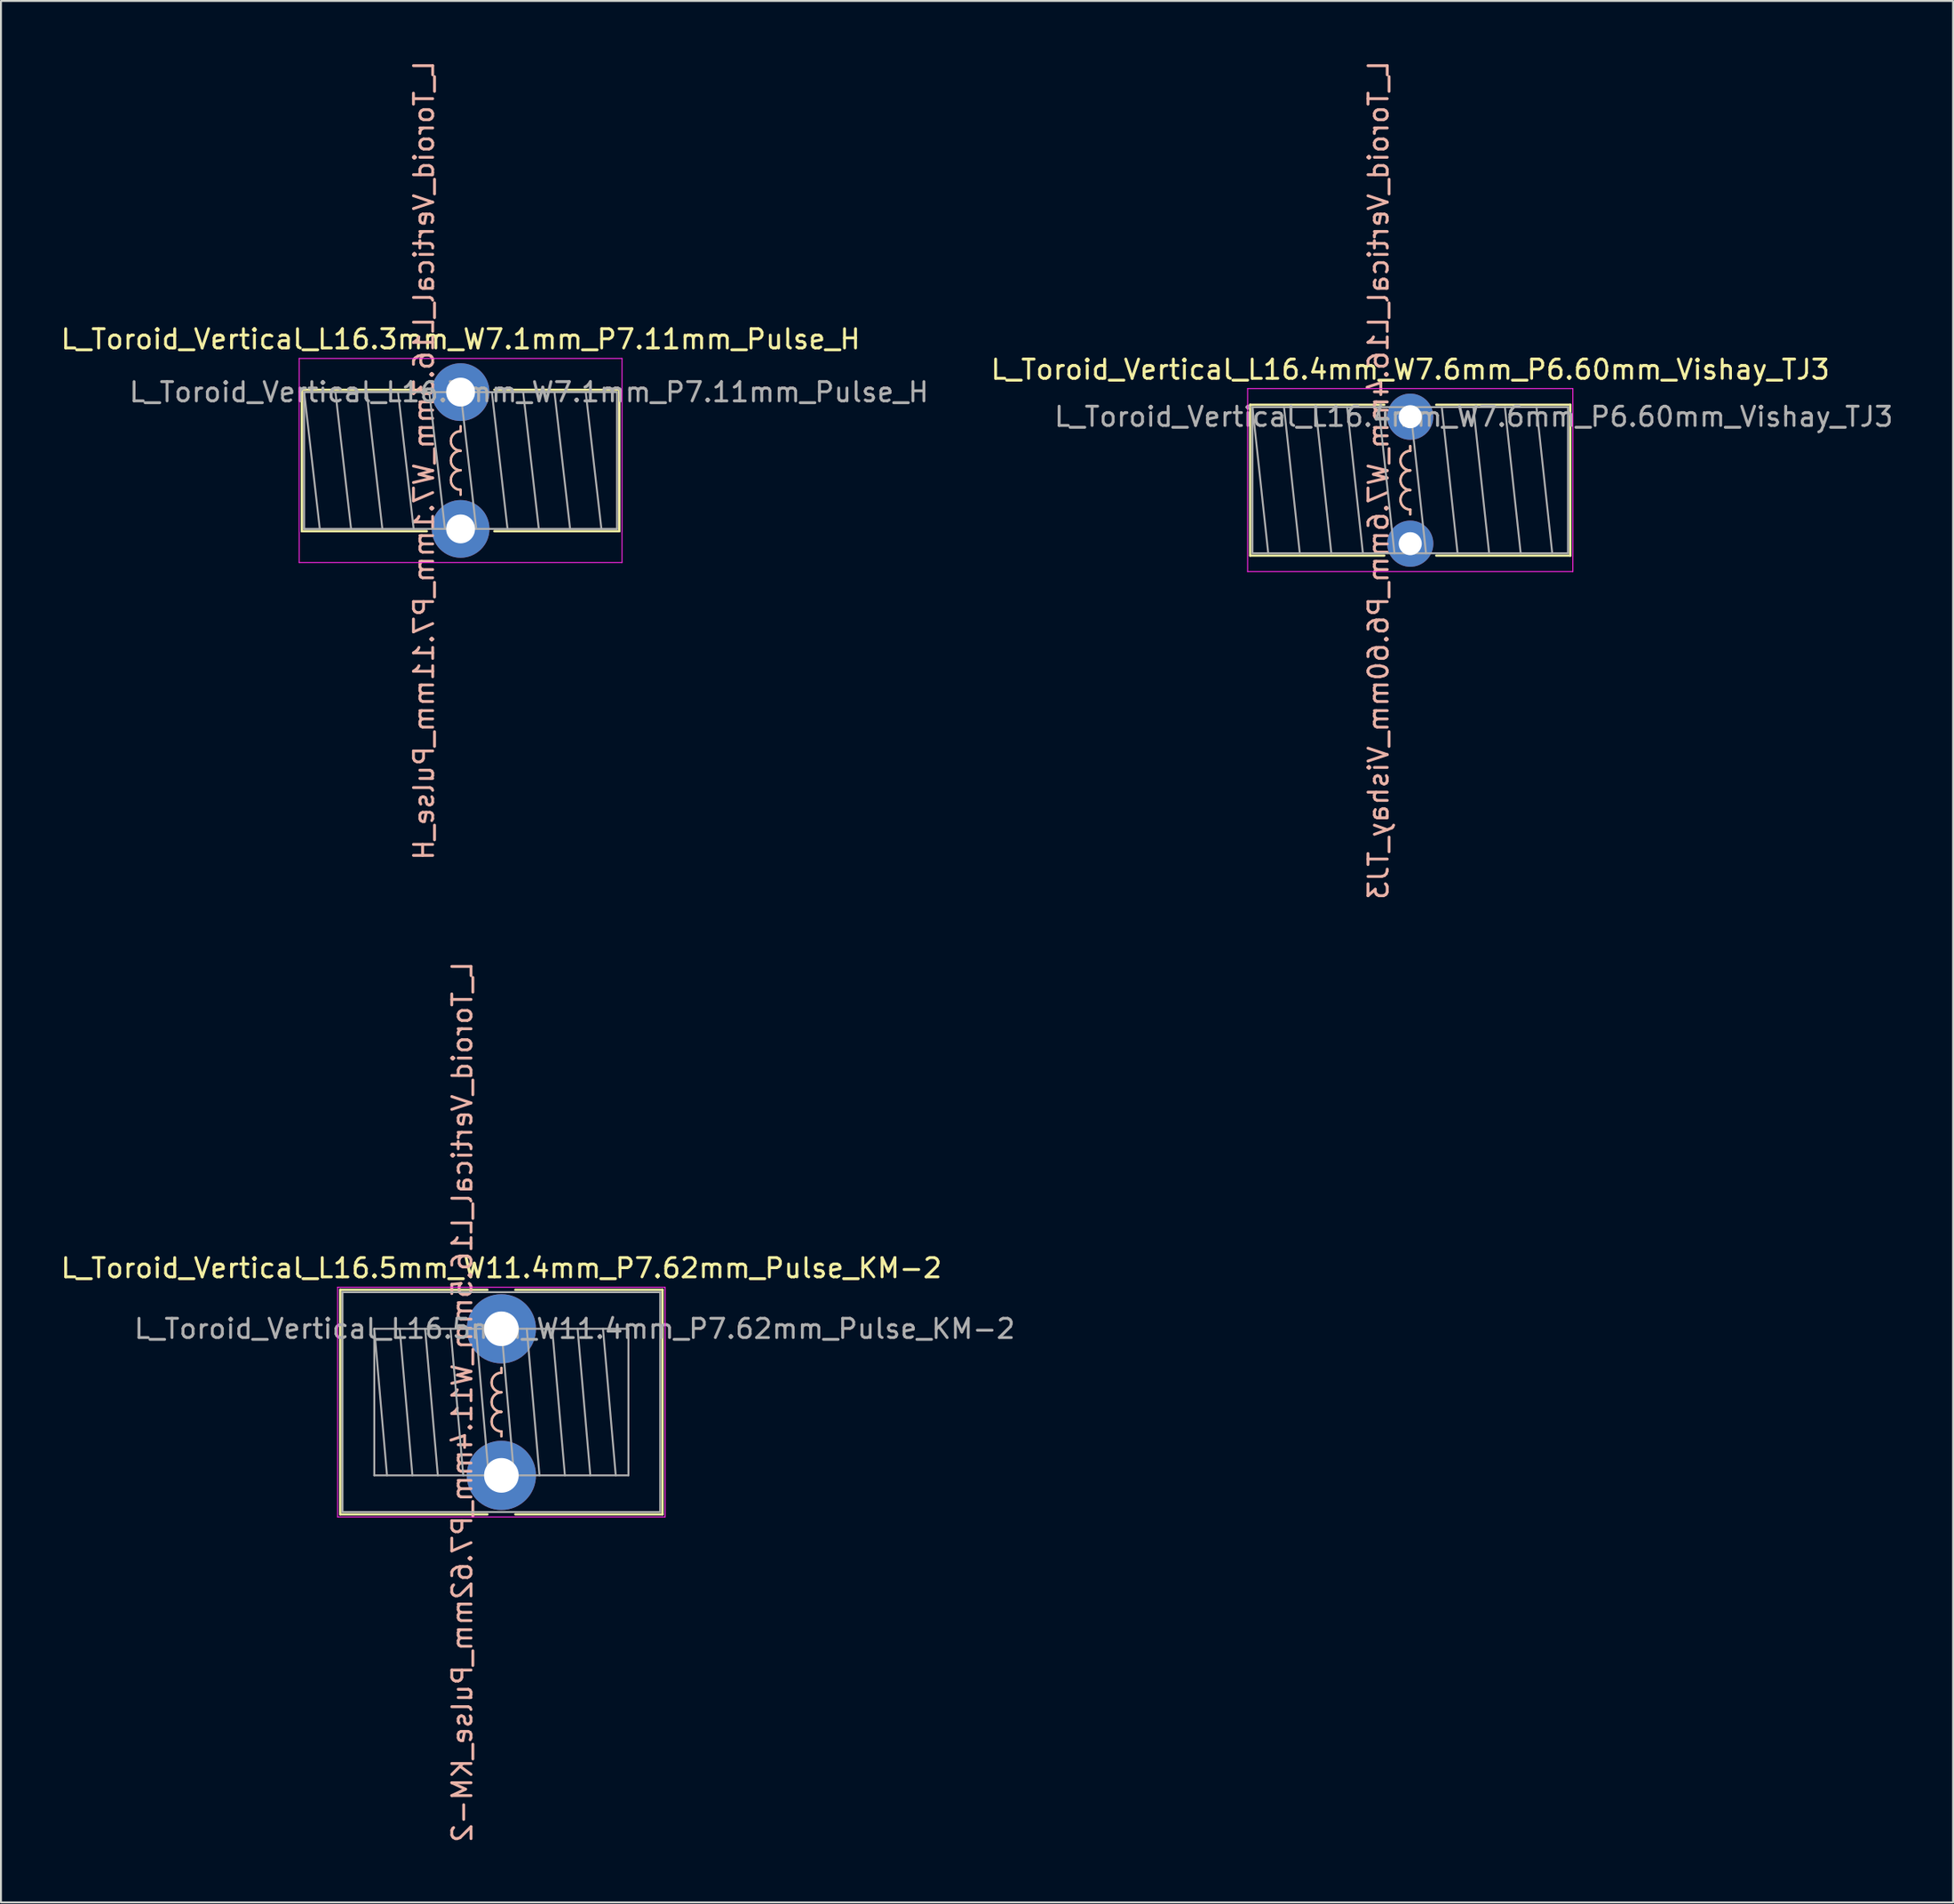
<source format=kicad_pcb>
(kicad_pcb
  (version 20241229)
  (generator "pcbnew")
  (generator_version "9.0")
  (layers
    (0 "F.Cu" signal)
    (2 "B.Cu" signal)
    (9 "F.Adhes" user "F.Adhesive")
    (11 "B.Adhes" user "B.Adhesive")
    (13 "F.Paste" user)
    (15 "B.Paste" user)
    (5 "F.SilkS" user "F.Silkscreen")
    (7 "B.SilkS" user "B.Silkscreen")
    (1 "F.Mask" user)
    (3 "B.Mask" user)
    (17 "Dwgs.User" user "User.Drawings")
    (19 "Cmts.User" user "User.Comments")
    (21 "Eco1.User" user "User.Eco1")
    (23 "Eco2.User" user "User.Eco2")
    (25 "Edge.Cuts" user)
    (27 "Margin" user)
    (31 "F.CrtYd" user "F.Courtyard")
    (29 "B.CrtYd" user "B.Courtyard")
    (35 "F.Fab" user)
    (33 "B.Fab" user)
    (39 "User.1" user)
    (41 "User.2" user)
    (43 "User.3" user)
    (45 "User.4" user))
  (footprint "L_Toroid_Vertical_L16.5mm_W11.4mm_P7.62mm_Pulse_KM-2"
    (layer "F.Cu")
    (at 23.006 66.017)
    (property "Reference" "L_Toroid_Vertical_L16.5mm_W11.4mm_P7.62mm_Pulse_KM-2" (at 0 -3.155 0) (layer "F.SilkS") (effects (font (size 1 1) (thickness 0.15))))
    (fp_line (start -8.375 -2.025) (end -8.375 9.645) (stroke (width 0.12) (type solid)) (layer "F.SilkS"))
    (fp_line (start -8.375 -2.025) (end -0.725 -2.025) (stroke (width 0.12) (type solid)) (layer "F.SilkS"))
    (fp_line (start -8.375 9.645) (end -0.725 9.645) (stroke (width 0.12) (type solid)) (layer "F.SilkS"))
    (fp_line (start 0 2.286) (end 0 2.032) (stroke (width 0.12) (type solid)) (layer "F.SilkS"))
    (fp_line (start 0 5.334) (end 0 5.588) (stroke (width 0.12) (type solid)) (layer "F.SilkS"))
    (fp_line (start 0.725 -2.025) (end 8.375 -2.025) (stroke (width 0.12) (type solid)) (layer "F.SilkS"))
    (fp_line (start 0.725 9.645) (end 8.375 9.645) (stroke (width 0.12) (type solid)) (layer "F.SilkS"))
    (fp_line (start 8.375 -2.025) (end 8.375 9.645) (stroke (width 0.12) (type solid)) (layer "F.SilkS"))
    (fp_arc (start 0 3.302) (mid -0.508 2.794) (end 0 2.286) (stroke (width 0.12) (type solid)) (layer "F.SilkS"))
    (fp_arc (start 0 4.318) (mid -0.508 3.81) (end 0 3.302) (stroke (width 0.12) (type solid)) (layer "F.SilkS"))
    (fp_arc (start 0 5.334) (mid -0.508 4.826) (end 0 4.318) (stroke (width 0.12) (type solid)) (layer "F.SilkS"))
    (fp_line (start 0 2.286) (end 0 2.032) (stroke (width 0.12) (type solid)) (layer "B.SilkS"))
    (fp_line (start 0 5.334) (end 0 5.588) (stroke (width 0.12) (type solid)) (layer "B.SilkS"))
    (fp_arc (start 0 3.302) (mid -0.508 2.794) (end 0 2.286) (stroke (width 0.12) (type solid)) (layer "B.SilkS"))
    (fp_arc (start 0 4.318) (mid -0.508 3.81) (end 0 3.302) (stroke (width 0.12) (type solid)) (layer "B.SilkS"))
    (fp_arc (start 0 5.334) (mid -0.508 4.826) (end 0 4.318) (stroke (width 0.12) (type solid)) (layer "B.SilkS"))
    (fp_line (start -8.51 -2.16) (end -8.51 9.78) (stroke (width 0.05) (type solid)) (layer "F.CrtYd"))
    (fp_line (start -8.51 9.78) (end 8.51 9.78) (stroke (width 0.05) (type solid)) (layer "F.CrtYd"))
    (fp_line (start 8.51 -2.16) (end -8.51 -2.16) (stroke (width 0.05) (type solid)) (layer "F.CrtYd"))
    (fp_line (start 8.51 9.78) (end 8.51 -2.16) (stroke (width 0.05) (type solid)) (layer "F.CrtYd"))
    (fp_line (start -8.255 -1.905) (end -8.255 9.525) (stroke (width 0.1) (type solid)) (layer "F.Fab"))
    (fp_line (start -8.255 9.525) (end 8.255 9.525) (stroke (width 0.1) (type solid)) (layer "F.Fab"))
    (fp_line (start -6.604 0) (end -6.604 7.62) (stroke (width 0.1) (type solid)) (layer "F.Fab"))
    (fp_line (start -6.604 0) (end -5.944 7.62) (stroke (width 0.1) (type solid)) (layer "F.Fab"))
    (fp_line (start -6.604 7.62) (end 6.604 7.62) (stroke (width 0.1) (type solid)) (layer "F.Fab"))
    (fp_line (start -5.283 0) (end -4.623 7.62) (stroke (width 0.1) (type solid)) (layer "F.Fab"))
    (fp_line (start -3.962 0) (end -3.302 7.62) (stroke (width 0.1) (type solid)) (layer "F.Fab"))
    (fp_line (start -2.642 0) (end -1.981 7.62) (stroke (width 0.1) (type solid)) (layer "F.Fab"))
    (fp_line (start -1.321 0) (end -0.66 7.62) (stroke (width 0.1) (type solid)) (layer "F.Fab"))
    (fp_line (start 0 0) (end 0.66 7.62) (stroke (width 0.1) (type solid)) (layer "F.Fab"))
    (fp_line (start 1.321 0) (end 1.981 7.62) (stroke (width 0.1) (type solid)) (layer "F.Fab"))
    (fp_line (start 2.642 0) (end 3.302 7.62) (stroke (width 0.1) (type solid)) (layer "F.Fab"))
    (fp_line (start 3.962 0) (end 4.623 7.62) (stroke (width 0.1) (type solid)) (layer "F.Fab"))
    (fp_line (start 5.283 0) (end 5.944 7.62) (stroke (width 0.1) (type solid)) (layer "F.Fab"))
    (fp_line (start 6.604 0) (end -6.604 0) (stroke (width 0.1) (type solid)) (layer "F.Fab"))
    (fp_line (start 6.604 7.62) (end 6.604 0) (stroke (width 0.1) (type solid)) (layer "F.Fab"))
    (fp_line (start 8.255 -1.905) (end -8.255 -1.905) (stroke (width 0.1) (type solid)) (layer "F.Fab"))
    (fp_line (start 8.255 9.525) (end 8.255 -1.905) (stroke (width 0.1) (type solid)) (layer "F.Fab"))
    (fp_text user "${REFERENCE}" (at -2.032 3.81 90) (layer "B.SilkS") (effects (font (size 1 1) (thickness 0.15)) (justify mirror)))
    (fp_text user "${REFERENCE}" (at 3.81 0 0) (layer "F.Fab") (effects (font (size 1 1) (thickness 0.15))))
    (pad "1" thru_hole circle (at 0 0) (size 3.6 3.6) (drill 1.8) (layers "*.Cu" "*.Mask"))
    (pad "2" thru_hole circle (at 0 7.62) (size 3.6 3.6) (drill 1.8) (layers "*.Cu" "*.Mask")))
  (footprint "L_Toroid_Vertical_L16.3mm_W7.1mm_P7.11mm_Pulse_H"
    (layer "F.Cu")
    (at 20.887 17.331)
    (property "Reference" "L_Toroid_Vertical_L16.3mm_W7.1mm_P7.11mm_Pulse_H" (at 0 -2.75 0) (layer "F.SilkS") (effects (font (size 1 1) (thickness 0.15))))
    (fp_line (start -8.25 -0.12) (end -8.25 7.23) (stroke (width 0.12) (type solid)) (layer "F.SilkS"))
    (fp_line (start -8.25 -0.12) (end -1.755 -0.12) (stroke (width 0.12) (type solid)) (layer "F.SilkS"))
    (fp_line (start -8.25 7.23) (end -1.755 7.23) (stroke (width 0.12) (type solid)) (layer "F.SilkS"))
    (fp_line (start 0 2.032) (end 0 1.778) (stroke (width 0.12) (type solid)) (layer "F.SilkS"))
    (fp_line (start 0 5.08) (end 0 5.334) (stroke (width 0.12) (type solid)) (layer "F.SilkS"))
    (fp_line (start 1.755 -0.12) (end 8.25 -0.12) (stroke (width 0.12) (type solid)) (layer "F.SilkS"))
    (fp_line (start 1.755 7.23) (end 8.25 7.23) (stroke (width 0.12) (type solid)) (layer "F.SilkS"))
    (fp_line (start 8.25 -0.12) (end 8.25 7.23) (stroke (width 0.12) (type solid)) (layer "F.SilkS"))
    (fp_arc (start 0 3.048) (mid -0.508 2.54) (end 0 2.032) (stroke (width 0.12) (type solid)) (layer "F.SilkS"))
    (fp_arc (start 0 4.064) (mid -0.508 3.556) (end 0 3.048) (stroke (width 0.12) (type solid)) (layer "F.SilkS"))
    (fp_arc (start 0 5.08) (mid -0.508 4.572) (end 0 4.064) (stroke (width 0.12) (type solid)) (layer "F.SilkS"))
    (fp_line (start 0 2.032) (end 0 1.778) (stroke (width 0.12) (type solid)) (layer "B.SilkS"))
    (fp_line (start 0 5.08) (end 0 5.334) (stroke (width 0.12) (type solid)) (layer "B.SilkS"))
    (fp_arc (start 0 3.048) (mid -0.508 2.54) (end 0 2.032) (stroke (width 0.12) (type solid)) (layer "B.SilkS"))
    (fp_arc (start 0 4.064) (mid -0.508 3.556) (end 0 3.048) (stroke (width 0.12) (type solid)) (layer "B.SilkS"))
    (fp_arc (start 0 5.08) (mid -0.508 4.572) (end 0 4.064) (stroke (width 0.12) (type solid)) (layer "B.SilkS"))
    (fp_line (start -8.39 -1.75) (end -8.39 8.86) (stroke (width 0.05) (type solid)) (layer "F.CrtYd"))
    (fp_line (start -8.39 8.86) (end 8.39 8.86) (stroke (width 0.05) (type solid)) (layer "F.CrtYd"))
    (fp_line (start 8.39 -1.75) (end -8.39 -1.75) (stroke (width 0.05) (type solid)) (layer "F.CrtYd"))
    (fp_line (start 8.39 8.86) (end 8.39 -1.75) (stroke (width 0.05) (type solid)) (layer "F.CrtYd"))
    (fp_line (start -8.13 0) (end -8.13 7.11) (stroke (width 0.1) (type solid)) (layer "F.Fab"))
    (fp_line (start -8.13 0) (end -7.317 7.11) (stroke (width 0.1) (type solid)) (layer "F.Fab"))
    (fp_line (start -8.13 7.11) (end 8.13 7.11) (stroke (width 0.1) (type solid)) (layer "F.Fab"))
    (fp_line (start -6.504 0) (end -5.691 7.11) (stroke (width 0.1) (type solid)) (layer "F.Fab"))
    (fp_line (start -4.878 0) (end -4.065 7.11) (stroke (width 0.1) (type solid)) (layer "F.Fab"))
    (fp_line (start -3.252 0) (end -2.439 7.11) (stroke (width 0.1) (type solid)) (layer "F.Fab"))
    (fp_line (start -1.626 0) (end -0.813 7.11) (stroke (width 0.1) (type solid)) (layer "F.Fab"))
    (fp_line (start 0 0) (end 0.813 7.11) (stroke (width 0.1) (type solid)) (layer "F.Fab"))
    (fp_line (start 1.626 0) (end 2.439 7.11) (stroke (width 0.1) (type solid)) (layer "F.Fab"))
    (fp_line (start 3.252 0) (end 4.065 7.11) (stroke (width 0.1) (type solid)) (layer "F.Fab"))
    (fp_line (start 4.878 0) (end 5.691 7.11) (stroke (width 0.1) (type solid)) (layer "F.Fab"))
    (fp_line (start 6.504 0) (end 7.317 7.11) (stroke (width 0.1) (type solid)) (layer "F.Fab"))
    (fp_line (start 8.13 0) (end -8.13 0) (stroke (width 0.1) (type solid)) (layer "F.Fab"))
    (fp_line (start 8.13 7.11) (end 8.13 0) (stroke (width 0.1) (type solid)) (layer "F.Fab"))
    (fp_text user "${REFERENCE}" (at -1.905 3.556 90) (layer "B.SilkS") (effects (font (size 1 1) (thickness 0.15)) (justify mirror)))
    (fp_text user "${REFERENCE}" (at 3.555 0 0) (layer "F.Fab") (effects (font (size 1 1) (thickness 0.15))))
    (pad "1" thru_hole circle (at 0 0) (size 3 3) (drill 1.5) (layers "*.Cu" "*.Mask"))
    (pad "2" thru_hole circle (at 0 7.11) (size 3 3) (drill 1.5) (layers "*.Cu" "*.Mask")))
  (footprint "L_Toroid_Vertical_L16.4mm_W7.6mm_P6.60mm_Vishay_TJ3"
    (layer "F.Cu")
    (at 70.24 18.609)
    (property "Reference" "L_Toroid_Vertical_L16.4mm_W7.6mm_P6.60mm_Vishay_TJ3" (at 0 -2.45 0) (layer "F.SilkS") (effects (font (size 1 1) (thickness 0.15))))
    (fp_line (start -8.32 -0.62) (end -8.32 7.22) (stroke (width 0.12) (type solid)) (layer "F.SilkS"))
    (fp_line (start -8.32 -0.62) (end -1.35 -0.62) (stroke (width 0.12) (type solid)) (layer "F.SilkS"))
    (fp_line (start -8.32 7.22) (end -1.35 7.22) (stroke (width 0.12) (type solid)) (layer "F.SilkS"))
    (fp_line (start 0 1.778) (end 0 1.524) (stroke (width 0.12) (type solid)) (layer "F.SilkS"))
    (fp_line (start 0 4.826) (end 0 5.08) (stroke (width 0.12) (type solid)) (layer "F.SilkS"))
    (fp_line (start 1.35 -0.62) (end 8.32 -0.62) (stroke (width 0.12) (type solid)) (layer "F.SilkS"))
    (fp_line (start 1.35 7.22) (end 8.32 7.22) (stroke (width 0.12) (type solid)) (layer "F.SilkS"))
    (fp_line (start 8.32 -0.62) (end 8.32 7.22) (stroke (width 0.12) (type solid)) (layer "F.SilkS"))
    (fp_arc (start 0 2.794) (mid -0.508 2.286) (end 0 1.778) (stroke (width 0.12) (type solid)) (layer "F.SilkS"))
    (fp_arc (start 0 3.81) (mid -0.508 3.302) (end 0 2.794) (stroke (width 0.12) (type solid)) (layer "F.SilkS"))
    (fp_arc (start 0 4.826) (mid -0.508 4.318) (end 0 3.81) (stroke (width 0.12) (type solid)) (layer "F.SilkS"))
    (fp_line (start 0 1.778) (end 0 1.524) (stroke (width 0.12) (type solid)) (layer "B.SilkS"))
    (fp_line (start 0 4.826) (end 0 5.08) (stroke (width 0.12) (type solid)) (layer "B.SilkS"))
    (fp_arc (start 0 2.794) (mid -0.508 2.286) (end 0 1.778) (stroke (width 0.12) (type solid)) (layer "B.SilkS"))
    (fp_arc (start 0 3.81) (mid -0.508 3.302) (end 0 2.794) (stroke (width 0.12) (type solid)) (layer "B.SilkS"))
    (fp_arc (start 0 4.826) (mid -0.508 4.318) (end 0 3.81) (stroke (width 0.12) (type solid)) (layer "B.SilkS"))
    (fp_line (start -8.45 -1.46) (end -8.45 8.05) (stroke (width 0.05) (type solid)) (layer "F.CrtYd"))
    (fp_line (start -8.45 8.05) (end 8.45 8.05) (stroke (width 0.05) (type solid)) (layer "F.CrtYd"))
    (fp_line (start 8.45 -1.46) (end -8.45 -1.46) (stroke (width 0.05) (type solid)) (layer "F.CrtYd"))
    (fp_line (start 8.45 8.05) (end 8.45 -1.46) (stroke (width 0.05) (type solid)) (layer "F.CrtYd"))
    (fp_line (start -8.2 -0.5) (end -8.2 7.1) (stroke (width 0.1) (type solid)) (layer "F.Fab"))
    (fp_line (start -8.2 -0.5) (end -7.38 7.1) (stroke (width 0.1) (type solid)) (layer "F.Fab"))
    (fp_line (start -8.2 7.1) (end 8.2 7.1) (stroke (width 0.1) (type solid)) (layer "F.Fab"))
    (fp_line (start -6.56 -0.5) (end -5.74 7.1) (stroke (width 0.1) (type solid)) (layer "F.Fab"))
    (fp_line (start -4.92 -0.5) (end -4.1 7.1) (stroke (width 0.1) (type solid)) (layer "F.Fab"))
    (fp_line (start -3.28 -0.5) (end -2.46 7.1) (stroke (width 0.1) (type solid)) (layer "F.Fab"))
    (fp_line (start -1.64 -0.5) (end -0.82 7.1) (stroke (width 0.1) (type solid)) (layer "F.Fab"))
    (fp_line (start 0 -0.5) (end 0.82 7.1) (stroke (width 0.1) (type solid)) (layer "F.Fab"))
    (fp_line (start 1.64 -0.5) (end 2.46 7.1) (stroke (width 0.1) (type solid)) (layer "F.Fab"))
    (fp_line (start 3.28 -0.5) (end 4.1 7.1) (stroke (width 0.1) (type solid)) (layer "F.Fab"))
    (fp_line (start 4.92 -0.5) (end 5.74 7.1) (stroke (width 0.1) (type solid)) (layer "F.Fab"))
    (fp_line (start 6.56 -0.5) (end 7.38 7.1) (stroke (width 0.1) (type solid)) (layer "F.Fab"))
    (fp_line (start 8.2 -0.5) (end -8.2 -0.5) (stroke (width 0.1) (type solid)) (layer "F.Fab"))
    (fp_line (start 8.2 7.1) (end 8.2 -0.5) (stroke (width 0.1) (type solid)) (layer "F.Fab"))
    (fp_text user "${REFERENCE}" (at -1.651 3.302 90) (layer "B.SilkS") (effects (font (size 1 1) (thickness 0.15)) (justify mirror)))
    (fp_text user "${REFERENCE}" (at 3.3 0 0) (layer "F.Fab") (effects (font (size 1 1) (thickness 0.15))))
    (pad "1" thru_hole circle (at 0 0) (size 2.4 2.4) (drill 1.2) (layers "*.Cu" "*.Mask"))
    (pad "2" thru_hole circle (at 0 6.6) (size 2.4 2.4) (drill 1.2) (layers "*.Cu" "*.Mask")))
  (gr_rect
    (start -3 -3)
    (end 98.45 95.833)
    (stroke (width 0.1) (type default))
    (fill no)
    (layer "Edge.Cuts")))
</source>
